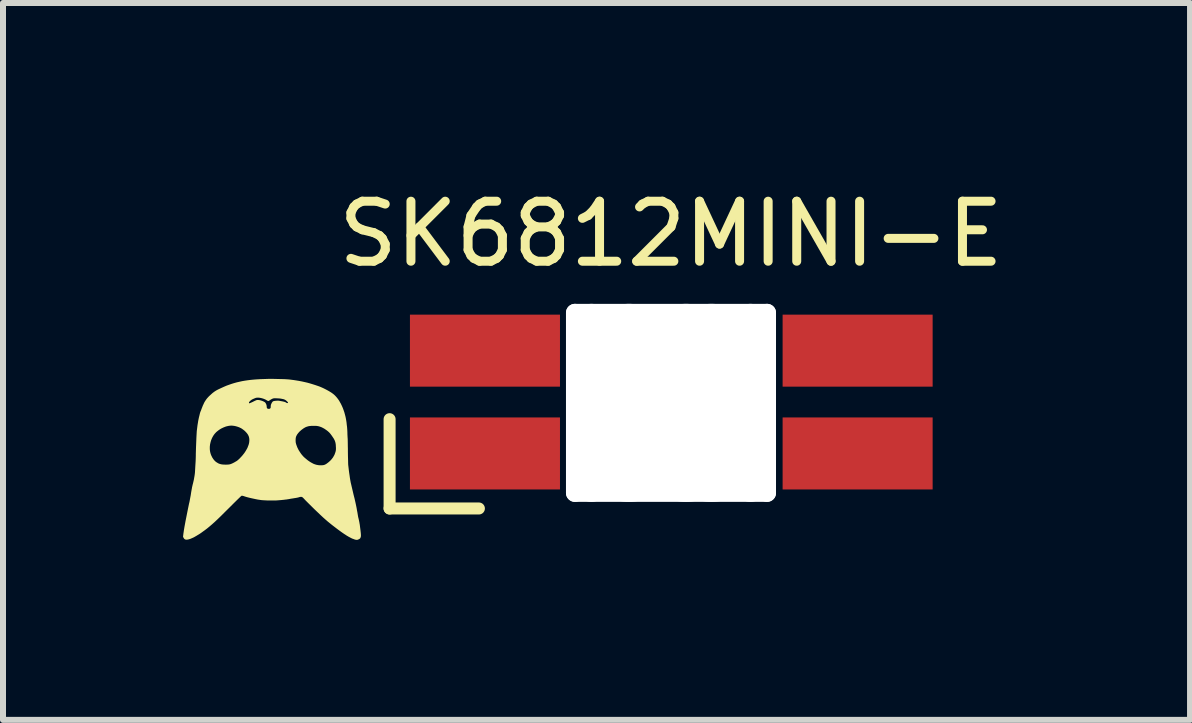
<source format=kicad_pcb>
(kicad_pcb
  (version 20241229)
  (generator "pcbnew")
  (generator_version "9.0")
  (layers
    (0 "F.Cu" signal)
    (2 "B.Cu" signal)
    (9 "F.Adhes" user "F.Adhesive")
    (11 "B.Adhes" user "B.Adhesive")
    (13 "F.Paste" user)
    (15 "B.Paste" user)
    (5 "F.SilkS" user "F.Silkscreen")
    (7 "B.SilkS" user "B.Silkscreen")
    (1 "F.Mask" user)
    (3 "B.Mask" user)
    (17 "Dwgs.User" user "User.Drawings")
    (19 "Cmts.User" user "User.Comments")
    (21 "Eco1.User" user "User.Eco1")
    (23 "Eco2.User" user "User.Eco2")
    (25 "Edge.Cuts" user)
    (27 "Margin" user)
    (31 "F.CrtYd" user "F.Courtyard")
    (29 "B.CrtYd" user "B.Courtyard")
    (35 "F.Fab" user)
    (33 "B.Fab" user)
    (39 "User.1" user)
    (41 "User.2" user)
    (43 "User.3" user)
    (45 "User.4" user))
  (footprint "SK6812MINI-E"
    (layer "F.Cu")
    (at 8.141 3.663)
    (property "Reference" "SK6812MINI-E" (at -0.01 -2.815 0) (unlocked yes) (layer "F.SilkS") (effects (font (size 1 1) (thickness 0.15))))
    (attr through_hole)
    (fp_line (start -4.699 0.272) (end -4.699 1.76) (stroke (width 0.2) (type solid)) (layer "F.SilkS"))
    (fp_line (start -4.699 1.76) (end -3.211 1.76) (stroke (width 0.2) (type solid)) (layer "F.SilkS"))
    (fp_poly (pts (xy -5.246 2.283) (xy -5.248 2.283) (xy -5.25 2.283) (xy -5.253 2.282) (xy -5.255 2.282) (xy -5.264 2.281) (xy -5.273 2.279) (xy -5.283 2.276) (xy -5.293 2.272) (xy -5.304 2.268) (xy -5.316 2.264) (xy -5.327 2.259) (xy -5.34 2.253) (xy -5.353 2.246) (xy -5.366 2.239) (xy -5.38 2.232) (xy -5.394 2.223) (xy -5.409 2.215) (xy -5.424 2.205) (xy -5.439 2.195) (xy -5.455 2.185) (xy -5.49 2.161) (xy -5.529 2.133) (xy -5.571 2.102) (xy -5.614 2.069) (xy -5.657 2.036) (xy -5.698 2.003) (xy -5.736 1.972) (xy -5.768 1.944) (xy -5.803 1.913) (xy -5.848 1.871) (xy -5.953 1.771) (xy -6.056 1.669) (xy -6.099 1.626) (xy -6.131 1.592) (xy -6.136 1.587) (xy -6.141 1.582) (xy -6.143 1.58) (xy -6.145 1.578) (xy -6.147 1.577) (xy -6.149 1.575) (xy -6.151 1.573) (xy -6.153 1.572) (xy -6.155 1.571) (xy -6.158 1.57) (xy -6.16 1.569) (xy -6.162 1.568) (xy -6.164 1.567) (xy -6.166 1.567) (xy -6.168 1.566) (xy -6.171 1.566) (xy -6.173 1.566) (xy -6.175 1.566) (xy -6.178 1.566) (xy -6.181 1.566) (xy -6.183 1.567) (xy -6.186 1.567) (xy -6.189 1.568) (xy -6.193 1.568) (xy -6.2 1.57) (xy -6.207 1.572) (xy -6.216 1.575) (xy -6.221 1.576) (xy -6.229 1.578) (xy -6.238 1.58) (xy -6.248 1.582) (xy -6.26 1.584) (xy -6.272 1.586) (xy -6.285 1.588) (xy -6.297 1.59) (xy -6.348 1.598) (xy -6.385 1.605) (xy -6.4 1.607) (xy -6.417 1.61) (xy -6.438 1.612) (xy -6.46 1.615) (xy -6.509 1.62) (xy -6.56 1.624) (xy -6.586 1.626) (xy -6.621 1.627) (xy -6.66 1.627) (xy -6.702 1.626) (xy -6.744 1.626) (xy -6.782 1.624) (xy -6.815 1.622) (xy -6.838 1.62) (xy -6.865 1.616) (xy -6.898 1.611) (xy -6.933 1.604) (xy -6.97 1.596) (xy -7.007 1.588) (xy -7.041 1.58) (xy -7.072 1.572) (xy -7.096 1.565) (xy -7.115 1.559) (xy -7.129 1.554) (xy -7.141 1.551) (xy -7.149 1.549) (xy -7.152 1.548) (xy -7.155 1.548) (xy -7.158 1.548) (xy -7.16 1.548) (xy -7.162 1.548) (xy -7.164 1.548) (xy -7.168 1.55) (xy -7.17 1.551) (xy -7.173 1.554) (xy -7.186 1.565) (xy -7.204 1.583) (xy -7.228 1.606) (xy -7.288 1.665) (xy -7.359 1.736) (xy -7.44 1.816) (xy -7.508 1.884) (xy -7.566 1.94) (xy -7.616 1.987) (xy -7.661 2.027) (xy -7.702 2.062) (xy -7.741 2.094) (xy -7.782 2.125) (xy -7.806 2.142) (xy -7.829 2.159) (xy -7.852 2.175) (xy -7.875 2.19) (xy -7.897 2.203) (xy -7.918 2.216) (xy -7.939 2.228) (xy -7.958 2.239) (xy -7.977 2.248) (xy -7.996 2.256) (xy -8.013 2.264) (xy -8.029 2.269) (xy -8.044 2.274) (xy -8.058 2.277) (xy -8.07 2.279) (xy -8.082 2.28) (xy -8.086 2.28) (xy -8.09 2.28) (xy -8.094 2.279) (xy -8.098 2.278) (xy -8.102 2.277) (xy -8.105 2.276) (xy -8.109 2.274) (xy -8.112 2.272) (xy -8.115 2.27) (xy -8.118 2.268) (xy -8.121 2.265) (xy -8.123 2.262) (xy -8.126 2.259) (xy -8.128 2.255) (xy -8.131 2.251) (xy -8.133 2.247) (xy -8.141 2.23) (xy -8.134 2.173) (xy -8.13 2.147) (xy -8.126 2.118) (xy -8.121 2.089) (xy -8.117 2.065) (xy -8.101 1.978) (xy -8.077 1.857) (xy -8.054 1.742) (xy -8.04 1.675) (xy -8.036 1.66) (xy -8.032 1.641) (xy -8.023 1.592) (xy -8.013 1.54) (xy -8.006 1.493) (xy -7.999 1.453) (xy -7.993 1.421) (xy -7.991 1.407) (xy -7.988 1.395) (xy -7.985 1.383) (xy -7.983 1.372) (xy -7.975 1.342) (xy -7.968 1.312) (xy -7.961 1.282) (xy -7.956 1.253) (xy -7.951 1.225) (xy -7.947 1.199) (xy -7.944 1.175) (xy -7.942 1.155) (xy -7.936 1.049) (xy -7.931 0.971) (xy -7.929 0.916) (xy -7.928 0.876) (xy -7.928 0.85) (xy -7.927 0.817) (xy -7.926 0.782) (xy -7.925 0.747) (xy -7.918 0.574) (xy -7.916 0.538) (xy -7.914 0.503) (xy -7.912 0.47) (xy -7.908 0.438) (xy -7.904 0.406) (xy -7.9 0.373) (xy -7.894 0.337) (xy -7.888 0.299) (xy -7.883 0.275) (xy -7.878 0.25) (xy -7.872 0.226) (xy -7.866 0.202) (xy -7.861 0.18) (xy -7.856 0.162) (xy -7.851 0.148) (xy -7.849 0.143) (xy -7.847 0.139) (xy -7.846 0.137) (xy -7.845 0.134) (xy -7.843 0.13) (xy -7.841 0.125) (xy -7.837 0.113) (xy -7.832 0.099) (xy -7.824 0.079) (xy -7.817 0.061) (xy -7.81 0.043) (xy -7.802 0.027) (xy -7.795 0.011) (xy -7.788 -0.004) (xy -7.78 -0.018) (xy -7.772 -0.031) (xy -7.764 -0.043) (xy -7.755 -0.056) (xy -7.746 -0.068) (xy -7.737 -0.079) (xy -7.726 -0.091) (xy -7.716 -0.102) (xy -7.704 -0.114) (xy -7.692 -0.125) (xy -7.671 -0.144) (xy -7.661 -0.153) (xy -7.652 -0.161) (xy -7.644 -0.168) (xy -7.635 -0.174) (xy -7.627 -0.181) (xy -7.619 -0.186) (xy -7.611 -0.192) (xy -7.602 -0.197) (xy -7.594 -0.203) (xy -7.585 -0.208) (xy -7.575 -0.213) (xy -7.565 -0.219) (xy -7.542 -0.23) (xy -7.499 -0.25) (xy -7.457 -0.269) (xy -7.415 -0.287) (xy -7.373 -0.302) (xy -7.33 -0.317) (xy -7.288 -0.33) (xy -7.244 -0.342) (xy -7.2 -0.352) (xy -7.155 -0.362) (xy -7.108 -0.37) (xy -7.06 -0.377) (xy -7.011 -0.383) (xy -6.959 -0.388) (xy -6.906 -0.392) (xy -6.85 -0.395) (xy -6.792 -0.397) (xy -6.705 -0.4) (xy -6.675 -0.4) (xy -6.66 -0.4) (xy -6.617 -0.399) (xy -6.533 -0.397) (xy -6.489 -0.396) (xy -6.451 -0.395) (xy -6.418 -0.393) (xy -6.388 -0.391) (xy -6.358 -0.388) (xy -6.328 -0.384) (xy -6.296 -0.38) (xy -6.258 -0.374) (xy -6.209 -0.366) (xy -6.162 -0.357) (xy -6.117 -0.347) (xy -6.073 -0.337) (xy -6.029 -0.325) (xy -5.983 -0.311) (xy -5.936 -0.296) (xy -5.886 -0.279) (xy -5.861 -0.27) (xy -5.833 -0.258) (xy -5.804 -0.245) (xy -5.774 -0.23) (xy -5.745 -0.215) (xy -5.716 -0.199) (xy -5.689 -0.183) (xy -5.664 -0.167) (xy -5.645 -0.153) (xy -5.626 -0.138) (xy -5.608 -0.121) (xy -5.591 -0.103) (xy -5.574 -0.083) (xy -5.558 -0.062) (xy -5.542 -0.039) (xy -5.528 -0.015) (xy -5.521 -0.002) (xy -6.392 -0.002) (xy -6.392 -0.004) (xy -6.393 -0.006) (xy -6.394 -0.008) (xy -6.395 -0.01) (xy -6.396 -0.012) (xy -6.398 -0.014) (xy -6.4 -0.017) (xy -6.402 -0.019) (xy -6.404 -0.021) (xy -6.409 -0.026) (xy -6.415 -0.031) (xy -6.42 -0.036) (xy -6.426 -0.041) (xy -6.432 -0.045) (xy -6.436 -0.047) (xy -6.438 -0.049) (xy -6.441 -0.051) (xy -6.444 -0.052) (xy -6.452 -0.056) (xy -6.46 -0.059) (xy -6.469 -0.062) (xy -6.479 -0.064) (xy -6.489 -0.066) (xy -6.499 -0.068) (xy -6.51 -0.07) (xy -6.521 -0.072) (xy -6.543 -0.074) (xy -6.564 -0.075) (xy -6.583 -0.076) (xy -6.6 -0.076) (xy -6.611 -0.076) (xy -6.62 -0.076) (xy -6.624 -0.076) (xy -6.627 -0.076) (xy -6.63 -0.075) (xy -6.633 -0.075) (xy -6.636 -0.074) (xy -6.639 -0.073) (xy -6.642 -0.073) (xy -6.645 -0.072) (xy -6.648 -0.07) (xy -6.651 -0.069) (xy -6.658 -0.066) (xy -6.662 -0.064) (xy -6.667 -0.061) (xy -6.673 -0.058) (xy -6.678 -0.055) (xy -6.683 -0.052) (xy -6.688 -0.049) (xy -6.692 -0.046) (xy -6.696 -0.043) (xy -6.698 -0.042) (xy -6.699 -0.04) (xy -6.701 -0.039) (xy -6.703 -0.038) (xy -6.705 -0.037) (xy -6.706 -0.036) (xy -6.708 -0.035) (xy -6.71 -0.034) (xy -6.711 -0.033) (xy -6.713 -0.033) (xy -6.714 -0.032) (xy -6.716 -0.032) (xy -6.717 -0.031) (xy -6.718 -0.031) (xy -6.719 -0.031) (xy -6.72 -0.031) (xy -6.721 -0.031) (xy -6.722 -0.031) (xy -6.723 -0.031) (xy -6.725 -0.032) (xy -6.727 -0.032) (xy -6.728 -0.033) (xy -6.73 -0.034) (xy -6.732 -0.035) (xy -6.734 -0.036) (xy -6.737 -0.037) (xy -6.739 -0.038) (xy -6.741 -0.04) (xy -6.743 -0.041) (xy -6.746 -0.042) (xy -6.748 -0.044) (xy -6.75 -0.045) (xy -6.757 -0.049) (xy -6.764 -0.053) (xy -6.772 -0.057) (xy -6.78 -0.061) (xy -6.789 -0.064) (xy -6.798 -0.068) (xy -6.807 -0.071) (xy -6.817 -0.074) (xy -6.826 -0.077) (xy -6.836 -0.079) (xy -6.845 -0.081) (xy -6.854 -0.083) (xy -6.863 -0.084) (xy -6.872 -0.086) (xy -6.88 -0.086) (xy -6.888 -0.087) (xy -6.897 -0.087) (xy -6.901 -0.087) (xy -6.905 -0.086) (xy -6.909 -0.086) (xy -6.912 -0.086) (xy -6.915 -0.085) (xy -6.918 -0.085) (xy -6.921 -0.084) (xy -6.925 -0.084) (xy -6.928 -0.083) (xy -6.931 -0.082) (xy -6.935 -0.081) (xy -6.938 -0.079) (xy -6.947 -0.076) (xy -6.958 -0.071) (xy -6.968 -0.067) (xy -6.977 -0.063) (xy -6.985 -0.059) (xy -6.993 -0.055) (xy -6.999 -0.051) (xy -7.005 -0.047) (xy -7.01 -0.043) (xy -7.015 -0.039) (xy -7.019 -0.035) (xy -7.023 -0.032) (xy -7.027 -0.028) (xy -7.03 -0.024) (xy -7.033 -0.021) (xy -7.039 -0.013) (xy -7.04 -0.012) (xy -7.04 -0.012) (xy -7.04 -0.011) (xy -7.041 -0.01) (xy -7.041 -0.009) (xy -7.042 -0.007) (xy -7.042 -0.006) (xy -7.042 -0.004) (xy -7.042 -0.002) (xy -7.042 -0.000284) (xy -7.042 0.001) (xy -7.041 0.003) (xy -7.041 0.004) (xy -7.04 0.005) (xy -7.04 0.006) (xy -7.04 0.006) (xy -7.039 0.007) (xy -7.039 0.007) (xy -7.038 0.007) (xy -7.038 0.008) (xy -7.037 0.008) (xy -7.037 0.008) (xy -7.036 0.008) (xy -7.036 0.008) (xy -7.034 0.007) (xy -7.029 0.005) (xy -7.022 0.002) (xy -7.012 -0.001) (xy -7.002 -0.006) (xy -6.991 -0.011) (xy -6.979 -0.016) (xy -6.968 -0.022) (xy -6.952 -0.03) (xy -6.939 -0.036) (xy -6.928 -0.041) (xy -6.924 -0.043) (xy -6.92 -0.044) (xy -6.916 -0.045) (xy -6.913 -0.046) (xy -6.91 -0.047) (xy -6.907 -0.048) (xy -6.903 -0.048) (xy -6.9 -0.048) (xy -6.892 -0.048) (xy -6.885 -0.048) (xy -6.878 -0.047) (xy -6.87 -0.046) (xy -6.861 -0.044) (xy -6.852 -0.042) (xy -6.844 -0.04) (xy -6.835 -0.037) (xy -6.826 -0.034) (xy -6.817 -0.031) (xy -6.809 -0.027) (xy -6.801 -0.024) (xy -6.794 -0.02) (xy -6.787 -0.016) (xy -6.781 -0.013) (xy -6.776 -0.009) (xy -6.772 -0.005) (xy -6.77 -0.002) (xy -6.767 0.001) (xy -6.765 0.005) (xy -6.762 0.009) (xy -6.76 0.013) (xy -6.758 0.017) (xy -6.756 0.021) (xy -6.754 0.026) (xy -6.753 0.031) (xy -6.751 0.035) (xy -6.75 0.04) (xy -6.749 0.045) (xy -6.748 0.049) (xy -6.747 0.054) (xy -6.747 0.058) (xy -6.747 0.062) (xy -6.747 0.067) (xy -6.746 0.072) (xy -6.746 0.076) (xy -6.745 0.078) (xy -6.745 0.08) (xy -6.744 0.081) (xy -6.744 0.083) (xy -6.743 0.085) (xy -6.742 0.086) (xy -6.742 0.087) (xy -6.741 0.089) (xy -6.74 0.09) (xy -6.739 0.091) (xy -6.738 0.092) (xy -6.737 0.093) (xy -6.735 0.094) (xy -6.734 0.095) (xy -6.733 0.096) (xy -6.731 0.097) (xy -6.73 0.097) (xy -6.728 0.098) (xy -6.727 0.098) (xy -6.725 0.099) (xy -6.723 0.099) (xy -6.721 0.099) (xy -6.717 0.1) (xy -6.713 0.1) (xy -6.711 0.1) (xy -6.709 0.1) (xy -6.707 0.1) (xy -6.705 0.1) (xy -6.703 0.099) (xy -6.701 0.099) (xy -6.7 0.099) (xy -6.698 0.098) (xy -6.697 0.098) (xy -6.696 0.097) (xy -6.694 0.096) (xy -6.693 0.096) (xy -6.692 0.095) (xy -6.691 0.094) (xy -6.689 0.093) (xy -6.688 0.091) (xy -6.687 0.09) (xy -6.686 0.089) (xy -6.685 0.088) (xy -6.685 0.087) (xy -6.684 0.087) (xy -6.684 0.086) (xy -6.683 0.085) (xy -6.683 0.085) (xy -6.683 0.084) (xy -6.682 0.083) (xy -6.682 0.082) (xy -6.682 0.082) (xy -6.681 0.081) (xy -6.681 0.08) (xy -6.681 0.079) (xy -6.681 0.078) (xy -6.681 0.077) (xy -6.68 0.076) (xy -6.68 0.074) (xy -6.68 0.072) (xy -6.68 0.069) (xy -6.68 0.066) (xy -6.68 0.063) (xy -6.68 0.059) (xy -6.679 0.054) (xy -6.679 0.049) (xy -6.679 0.045) (xy -6.678 0.04) (xy -6.677 0.036) (xy -6.677 0.034) (xy -6.676 0.032) (xy -6.676 0.03) (xy -6.676 0.029) (xy -6.675 0.027) (xy -6.674 0.026) (xy -6.671 0.019) (xy -6.668 0.012) (xy -6.664 0.004) (xy -6.662 -0.000082) (xy -6.66 -0.004) (xy -6.657 -0.008) (xy -6.655 -0.011) (xy -6.652 -0.015) (xy -6.649 -0.018) (xy -6.648 -0.02) (xy -6.646 -0.021) (xy -6.645 -0.022) (xy -6.643 -0.024) (xy -6.641 -0.025) (xy -6.639 -0.026) (xy -6.637 -0.027) (xy -6.635 -0.028) (xy -6.632 -0.029) (xy -6.628 -0.03) (xy -6.623 -0.031) (xy -6.618 -0.032) (xy -6.607 -0.033) (xy -6.595 -0.035) (xy -6.584 -0.035) (xy -6.573 -0.036) (xy -6.563 -0.036) (xy -6.555 -0.036) (xy -6.553 -0.036) (xy -6.549 -0.036) (xy -6.54 -0.035) (xy -6.528 -0.033) (xy -6.515 -0.03) (xy -6.49 -0.026) (xy -6.473 -0.022) (xy -6.463 -0.02) (xy -6.455 -0.018) (xy -6.448 -0.016) (xy -6.442 -0.014) (xy -6.437 -0.012) (xy -6.433 -0.01) (xy -6.43 -0.008) (xy -6.428 -0.007) (xy -6.423 -0.004) (xy -6.421 -0.002) (xy -6.419 -0.001) (xy -6.417 -0.000053) (xy -6.414 0.001) (xy -6.411 0.002) (xy -6.406 0.003) (xy -6.403 0.003) (xy -6.4 0.003) (xy -6.398 0.003) (xy -6.396 0.003) (xy -6.395 0.003) (xy -6.394 0.002) (xy -6.394 0.002) (xy -6.393 0.002) (xy -6.393 0.001) (xy -6.392 0.000441) (xy -6.392 -0.000174) (xy -6.392 -0.001) (xy -6.392 -0.002) (xy -5.521 -0.002) (xy -5.513 0.011) (xy -5.5 0.038) (xy -5.487 0.066) (xy -5.475 0.095) (xy -5.464 0.126) (xy -5.453 0.158) (xy -5.444 0.191) (xy -5.435 0.225) (xy -5.429 0.253) (xy -5.423 0.286) (xy -5.417 0.323) (xy -5.413 0.362) (xy -5.408 0.401) (xy -5.405 0.44) (xy -5.403 0.475) (xy -5.402 0.506) (xy -5.402 0.513) (xy -5.402 0.521) (xy -5.401 0.539) (xy -5.4 0.559) (xy -5.399 0.577) (xy -5.398 0.589) (xy -5.397 0.608) (xy -5.396 0.662) (xy -5.395 0.731) (xy -5.394 0.765) (xy -5.593 0.765) (xy -5.593 0.759) (xy -5.593 0.747) (xy -5.594 0.732) (xy -5.595 0.719) (xy -5.595 0.707) (xy -5.596 0.695) (xy -5.598 0.685) (xy -5.599 0.675) (xy -5.601 0.665) (xy -5.604 0.655) (xy -5.606 0.646) (xy -5.61 0.637) (xy -5.613 0.628) (xy -5.617 0.619) (xy -5.622 0.61) (xy -5.627 0.6) (xy -5.633 0.59) (xy -5.64 0.58) (xy -5.647 0.569) (xy -5.662 0.548) (xy -5.668 0.538) (xy -5.675 0.53) (xy -5.681 0.521) (xy -5.687 0.514) (xy -5.693 0.507) (xy -5.699 0.5) (xy -5.706 0.493) (xy -5.712 0.487) (xy -5.719 0.481) (xy -5.725 0.475) (xy -5.733 0.469) (xy -5.74 0.463) (xy -5.757 0.451) (xy -5.767 0.444) (xy -5.777 0.437) (xy -5.786 0.431) (xy -5.796 0.426) (xy -5.805 0.42) (xy -5.814 0.416) (xy -5.823 0.411) (xy -5.832 0.407) (xy -5.841 0.403) (xy -5.85 0.4) (xy -5.859 0.397) (xy -5.868 0.394) (xy -5.877 0.391) (xy -5.887 0.389) (xy -5.896 0.387) (xy -5.905 0.386) (xy -5.911 0.385) (xy -5.919 0.384) (xy -5.935 0.383) (xy -5.953 0.383) (xy -5.973 0.383) (xy -5.992 0.383) (xy -6.01 0.384) (xy -6.027 0.386) (xy -6.034 0.387) (xy -6.04 0.387) (xy -6.047 0.389) (xy -6.054 0.39) (xy -6.06 0.392) (xy -6.067 0.394) (xy -6.073 0.396) (xy -6.08 0.398) (xy -6.086 0.4) (xy -6.092 0.403) (xy -6.098 0.405) (xy -6.104 0.408) (xy -6.11 0.411) (xy -6.116 0.415) (xy -6.122 0.419) (xy -6.129 0.422) (xy -6.135 0.427) (xy -6.141 0.431) (xy -6.152 0.439) (xy -6.163 0.447) (xy -6.173 0.455) (xy -6.182 0.463) (xy -6.191 0.471) (xy -6.2 0.479) (xy -6.208 0.488) (xy -6.215 0.496) (xy -6.222 0.504) (xy -6.229 0.513) (xy -6.235 0.521) (xy -6.241 0.529) (xy -6.245 0.538) (xy -6.25 0.546) (xy -6.254 0.554) (xy -6.257 0.562) (xy -6.258 0.566) (xy -6.259 0.569) (xy -6.26 0.572) (xy -6.261 0.575) (xy -6.261 0.578) (xy -6.262 0.582) (xy -6.263 0.585) (xy -6.263 0.588) (xy -6.264 0.592) (xy -6.264 0.595) (xy -6.264 0.599) (xy -6.264 0.604) (xy -6.265 0.608) (xy -6.265 0.613) (xy -6.265 0.624) (xy -6.265 0.624) (xy -7.036 0.624) (xy -7.036 0.613) (xy -7.037 0.602) (xy -7.038 0.591) (xy -7.04 0.581) (xy -7.042 0.571) (xy -7.045 0.561) (xy -7.049 0.552) (xy -7.053 0.543) (xy -7.057 0.534) (xy -7.063 0.525) (xy -7.069 0.516) (xy -7.076 0.507) (xy -7.083 0.498) (xy -7.092 0.489) (xy -7.101 0.479) (xy -7.11 0.47) (xy -7.119 0.462) (xy -7.129 0.454) (xy -7.138 0.447) (xy -7.148 0.44) (xy -7.157 0.433) (xy -7.167 0.427) (xy -7.177 0.421) (xy -7.188 0.416) (xy -7.198 0.411) (xy -7.209 0.406) (xy -7.221 0.402) (xy -7.232 0.398) (xy -7.244 0.394) (xy -7.257 0.391) (xy -7.27 0.387) (xy -7.278 0.386) (xy -7.286 0.384) (xy -7.294 0.383) (xy -7.302 0.382) (xy -7.31 0.381) (xy -7.317 0.38) (xy -7.325 0.38) (xy -7.333 0.379) (xy -7.34 0.379) (xy -7.348 0.38) (xy -7.355 0.38) (xy -7.362 0.381) (xy -7.37 0.382) (xy -7.377 0.383) (xy -7.385 0.384) (xy -7.392 0.386) (xy -7.411 0.39) (xy -7.429 0.395) (xy -7.447 0.402) (xy -7.465 0.409) (xy -7.482 0.417) (xy -7.499 0.425) (xy -7.515 0.434) (xy -7.531 0.444) (xy -7.547 0.455) (xy -7.561 0.466) (xy -7.575 0.477) (xy -7.589 0.489) (xy -7.601 0.502) (xy -7.613 0.515) (xy -7.623 0.528) (xy -7.633 0.542) (xy -7.642 0.557) (xy -7.651 0.573) (xy -7.659 0.589) (xy -7.666 0.606) (xy -7.673 0.623) (xy -7.678 0.64) (xy -7.683 0.658) (xy -7.687 0.676) (xy -7.691 0.694) (xy -7.693 0.713) (xy -7.695 0.731) (xy -7.695 0.749) (xy -7.695 0.767) (xy -7.694 0.784) (xy -7.692 0.801) (xy -7.689 0.818) (xy -7.686 0.83) (xy -7.683 0.842) (xy -7.679 0.854) (xy -7.675 0.866) (xy -7.67 0.878) (xy -7.664 0.889) (xy -7.659 0.901) (xy -7.653 0.912) (xy -7.646 0.922) (xy -7.64 0.932) (xy -7.633 0.942) (xy -7.625 0.951) (xy -7.618 0.96) (xy -7.61 0.968) (xy -7.603 0.975) (xy -7.595 0.981) (xy -7.586 0.988) (xy -7.577 0.994) (xy -7.568 0.999) (xy -7.56 1.004) (xy -7.551 1.009) (xy -7.542 1.013) (xy -7.533 1.016) (xy -7.523 1.019) (xy -7.513 1.022) (xy -7.503 1.024) (xy -7.493 1.026) (xy -7.482 1.027) (xy -7.47 1.028) (xy -7.458 1.029) (xy -7.445 1.029) (xy -7.431 1.03) (xy -7.409 1.029) (xy -7.399 1.029) (xy -7.39 1.028) (xy -7.381 1.028) (xy -7.373 1.026) (xy -7.365 1.025) (xy -7.358 1.023) (xy -7.35 1.021) (xy -7.342 1.018) (xy -7.334 1.015) (xy -7.325 1.011) (xy -7.316 1.007) (xy -7.306 1.002) (xy -7.283 0.99) (xy -7.27 0.982) (xy -7.259 0.976) (xy -7.254 0.973) (xy -7.249 0.97) (xy -7.245 0.967) (xy -7.24 0.964) (xy -7.236 0.961) (xy -7.232 0.957) (xy -7.227 0.953) (xy -7.223 0.95) (xy -7.213 0.941) (xy -7.201 0.93) (xy -7.184 0.912) (xy -7.167 0.894) (xy -7.151 0.876) (xy -7.136 0.857) (xy -7.121 0.838) (xy -7.108 0.819) (xy -7.096 0.8) (xy -7.085 0.781) (xy -7.074 0.762) (xy -7.065 0.743) (xy -7.058 0.724) (xy -7.051 0.706) (xy -7.045 0.688) (xy -7.041 0.67) (xy -7.038 0.653) (xy -7.037 0.636) (xy -7.036 0.624) (xy -6.265 0.624) (xy -6.265 0.636) (xy -6.264 0.646) (xy -6.264 0.65) (xy -6.264 0.654) (xy -6.263 0.658) (xy -6.263 0.662) (xy -6.262 0.666) (xy -6.261 0.67) (xy -6.26 0.674) (xy -6.259 0.678) (xy -6.257 0.687) (xy -6.253 0.698) (xy -6.247 0.715) (xy -6.241 0.731) (xy -6.235 0.746) (xy -6.228 0.76) (xy -6.221 0.774) (xy -6.214 0.788) (xy -6.205 0.802) (xy -6.196 0.816) (xy -6.184 0.834) (xy -6.173 0.85) (xy -6.167 0.858) (xy -6.161 0.865) (xy -6.155 0.872) (xy -6.15 0.878) (xy -6.144 0.885) (xy -6.138 0.891) (xy -6.132 0.898) (xy -6.126 0.904) (xy -6.119 0.91) (xy -6.112 0.916) (xy -6.097 0.929) (xy -6.08 0.943) (xy -6.063 0.957) (xy -6.046 0.969) (xy -6.03 0.98) (xy -6.014 0.99) (xy -5.998 0.999) (xy -5.983 1.007) (xy -5.968 1.015) (xy -5.953 1.021) (xy -5.938 1.026) (xy -5.923 1.031) (xy -5.907 1.034) (xy -5.892 1.037) (xy -5.877 1.039) (xy -5.861 1.04) (xy -5.845 1.04) (xy -5.836 1.04) (xy -5.827 1.04) (xy -5.819 1.039) (xy -5.812 1.039) (xy -5.805 1.038) (xy -5.798 1.036) (xy -5.792 1.035) (xy -5.786 1.033) (xy -5.78 1.031) (xy -5.774 1.028) (xy -5.768 1.025) (xy -5.762 1.022) (xy -5.755 1.018) (xy -5.748 1.013) (xy -5.741 1.008) (xy -5.733 1.002) (xy -5.72 0.992) (xy -5.708 0.982) (xy -5.697 0.972) (xy -5.685 0.961) (xy -5.675 0.95) (xy -5.665 0.939) (xy -5.656 0.927) (xy -5.647 0.916) (xy -5.639 0.904) (xy -5.632 0.891) (xy -5.625 0.879) (xy -5.618 0.866) (xy -5.613 0.853) (xy -5.608 0.839) (xy -5.603 0.825) (xy -5.599 0.812) (xy -5.597 0.803) (xy -5.596 0.799) (xy -5.596 0.795) (xy -5.595 0.791) (xy -5.594 0.787) (xy -5.594 0.783) (xy -5.594 0.779) (xy -5.593 0.774) (xy -5.593 0.77) (xy -5.593 0.765) (xy -5.394 0.765) (xy -5.394 0.808) (xy -5.393 0.884) (xy -5.391 0.952) (xy -5.39 1.003) (xy -5.389 1.031) (xy -5.384 1.073) (xy -5.379 1.117) (xy -5.373 1.163) (xy -5.366 1.21) (xy -5.36 1.254) (xy -5.353 1.295) (xy -5.346 1.332) (xy -5.339 1.361) (xy -5.314 1.467) (xy -5.299 1.532) (xy -5.282 1.598) (xy -5.276 1.626) (xy -5.269 1.656) (xy -5.262 1.688) (xy -5.255 1.722) (xy -5.248 1.757) (xy -5.242 1.793) (xy -5.235 1.829) (xy -5.229 1.866) (xy -5.228 1.871) (xy -5.227 1.879) (xy -5.224 1.896) (xy -5.22 1.914) (xy -5.215 1.933) (xy -5.211 1.952) (xy -5.207 1.971) (xy -5.203 1.99) (xy -5.2 2.009) (xy -5.196 2.03) (xy -5.193 2.053) (xy -5.19 2.079) (xy -5.186 2.109) (xy -5.181 2.152) (xy -5.179 2.17) (xy -5.178 2.186) (xy -5.177 2.201) (xy -5.177 2.213) (xy -5.178 2.224) (xy -5.179 2.233) (xy -5.182 2.241) (xy -5.185 2.248) (xy -5.188 2.255) (xy -5.193 2.26) (xy -5.198 2.265) (xy -5.205 2.269) (xy -5.212 2.273) (xy -5.221 2.277) (xy -5.223 2.278) (xy -5.225 2.279) (xy -5.228 2.28) (xy -5.23 2.28) (xy -5.232 2.281) (xy -5.234 2.282) (xy -5.236 2.282) (xy -5.238 2.282) (xy -5.24 2.283) (xy -5.242 2.283) (xy -5.244 2.283)) (stroke (width 0) (type solid)) (fill yes) (layer "F.SilkS"))
    (fp_rect (start -1.8 -1.8) (end 1.8 1.8) (stroke (width 0.12) (type solid)) (fill no) (layer "Eco1.User"))
    (pad "" np_thru_hole oval (at -1.61 0) (size 0.3 3.3) (drill oval 0.3 3.3) (layers "*.Cu" "*.Mask"))
    (pad "" np_thru_hole oval (at -1.335 0) (size 0.5 3.3) (drill oval 0.5 3.3) (layers "*.Cu" "*.Mask"))
    (pad "" np_thru_hole oval (at -0.71 0) (size 1.5 3.3) (drill oval 1.5 3.3) (layers "*.Cu" "*.Mask"))
    (pad "" np_thru_hole oval (at -0.01 -1.5 90) (size 0.3 3.5) (drill oval 0.3 3.5) (layers "*.Cu" "*.Mask"))
    (pad "" np_thru_hole oval (at -0.01 1.5 90) (size 0.3 3.5) (drill oval 0.3 3.5) (layers "*.Cu" "*.Mask"))
    (pad "" np_thru_hole oval (at 0.24 0) (size 1.5 3.3) (drill oval 1.5 3.3) (layers "*.Cu" "*.Mask"))
    (pad "" np_thru_hole oval (at 0.665 0) (size 1.5 3.3) (drill oval 1.5 3.3) (layers "*.Cu" "*.Mask"))
    (pad "" np_thru_hole oval (at 1.315 0) (size 0.5 3.3) (drill oval 0.5 3.3) (layers "*.Cu" "*.Mask"))
    (pad "" np_thru_hole oval (at 1.59 0) (size 0.3 3.3) (drill oval 0.3 3.3) (layers "*.Cu" "*.Mask"))
    (pad "1" smd rect (at 3.1 -0.87) (size 2.5 1.2) (layers "F.Cu" "F.Mask" "F.Paste"))
    (pad "2" smd rect (at 3.1 0.843) (size 2.5 1.2) (layers "F.Cu" "F.Mask" "F.Paste"))
    (pad "3" smd rect (at -3.11 0.843) (size 2.5 1.2) (layers "F.Cu" "F.Mask" "F.Paste"))
    (pad "4" smd rect (at -3.11 -0.87) (size 2.5 1.2) (layers "F.Cu" "F.Mask" "F.Paste")))
  (gr_rect
    (start -3 -3)
    (end 16.78 8.946)
    (stroke (width 0.1) (type default))
    (fill no)
    (layer "Edge.Cuts")))
</source>
